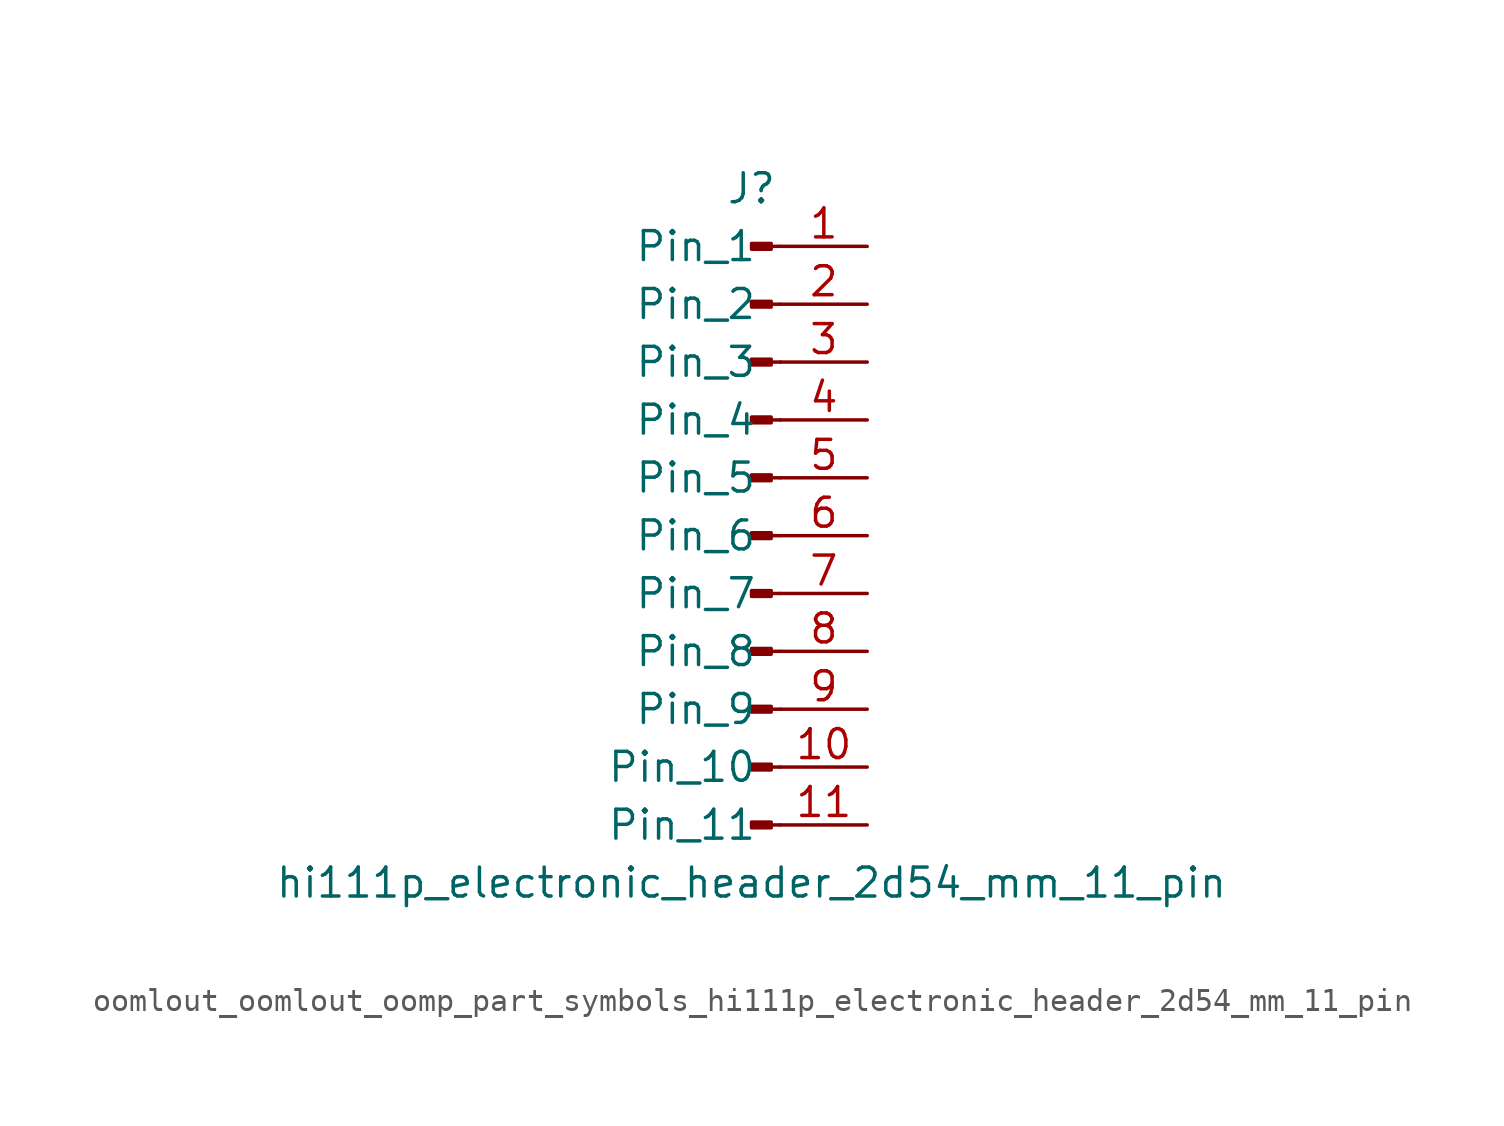
<source format=kicad_sym>
(kicad_symbol_lib
  (version 20220914)
  (generator kicad_symbol_editor)
  (symbol "oomlout_oomlout_oomp_part_symbols_hi111p_electronic_header_2d54_mm_11_pin"
    (pin_names
      (offset 1.016))
    (property "Reference" "J"
      (at 0 15.24 0)
      (effects (font (size 1.27 1.27))))
    (property "Value" "hi111p_electronic_header_2d54_mm_11_pin"
      (at 0 -15.24 0)
      (effects (font (size 1.27 1.27))))
    (property "ki_locked" ""
      (at 0 0 0)
      (effects (font (size 1.27 1.27))))
    (symbol "oomlout_oomlout_oomp_part_symbols_hi111p_electronic_header_2d54_mm_11_pin_1_1"
      (polyline (pts (xy 1.27 -12.7) (xy 0.864 -12.7)) (stroke (width 0.152) (type default)) (fill (type none)))
      (polyline (pts (xy 1.27 -10.16) (xy 0.864 -10.16)) (stroke (width 0.152) (type default)) (fill (type none)))
      (polyline (pts (xy 1.27 -7.62) (xy 0.864 -7.62)) (stroke (width 0.152) (type default)) (fill (type none)))
      (polyline (pts (xy 1.27 -5.08) (xy 0.864 -5.08)) (stroke (width 0.152) (type default)) (fill (type none)))
      (polyline (pts (xy 1.27 -2.54) (xy 0.864 -2.54)) (stroke (width 0.152) (type default)) (fill (type none)))
      (polyline (pts (xy 1.27 0) (xy 0.864 0)) (stroke (width 0.152) (type default)) (fill (type none)))
      (polyline (pts (xy 1.27 2.54) (xy 0.864 2.54)) (stroke (width 0.152) (type default)) (fill (type none)))
      (polyline (pts (xy 1.27 5.08) (xy 0.864 5.08)) (stroke (width 0.152) (type default)) (fill (type none)))
      (polyline (pts (xy 1.27 7.62) (xy 0.864 7.62)) (stroke (width 0.152) (type default)) (fill (type none)))
      (polyline (pts (xy 1.27 10.16) (xy 0.864 10.16)) (stroke (width 0.152) (type default)) (fill (type none)))
      (polyline (pts (xy 1.27 12.7) (xy 0.864 12.7)) (stroke (width 0.152) (type default)) (fill (type none)))
      (rectangle (start 0.864 -12.573) (end 0 -12.827) (stroke (width 0.152) (type default)) (fill (type outline)))
      (rectangle (start 0.864 -10.033) (end 0 -10.287) (stroke (width 0.152) (type default)) (fill (type outline)))
      (rectangle (start 0.864 -7.493) (end 0 -7.747) (stroke (width 0.152) (type default)) (fill (type outline)))
      (rectangle (start 0.864 -4.953) (end 0 -5.207) (stroke (width 0.152) (type default)) (fill (type outline)))
      (rectangle (start 0.864 -2.413) (end 0 -2.667) (stroke (width 0.152) (type default)) (fill (type outline)))
      (rectangle (start 0.864 0.127) (end 0 -0.127) (stroke (width 0.152) (type default)) (fill (type outline)))
      (rectangle (start 0.864 2.667) (end 0 2.413) (stroke (width 0.152) (type default)) (fill (type outline)))
      (rectangle (start 0.864 5.207) (end 0 4.953) (stroke (width 0.152) (type default)) (fill (type outline)))
      (rectangle (start 0.864 7.747) (end 0 7.493) (stroke (width 0.152) (type default)) (fill (type outline)))
      (rectangle (start 0.864 10.287) (end 0 10.033) (stroke (width 0.152) (type default)) (fill (type outline)))
      (rectangle (start 0.864 12.827) (end 0 12.573) (stroke (width 0.152) (type default)) (fill (type outline)))
      (pin passive line (at 5.08 12.7 180) (length 3.81) (name "Pin_1" (effects (font (size 1.27 1.27)))) (number "1" (effects (font (size 1.27 1.27)))))
      (pin passive line (at 5.08 -10.16 180) (length 3.81) (name "Pin_10" (effects (font (size 1.27 1.27)))) (number "10" (effects (font (size 1.27 1.27)))))
      (pin passive line (at 5.08 -12.7 180) (length 3.81) (name "Pin_11" (effects (font (size 1.27 1.27)))) (number "11" (effects (font (size 1.27 1.27)))))
      (pin passive line (at 5.08 10.16 180) (length 3.81) (name "Pin_2" (effects (font (size 1.27 1.27)))) (number "2" (effects (font (size 1.27 1.27)))))
      (pin passive line (at 5.08 7.62 180) (length 3.81) (name "Pin_3" (effects (font (size 1.27 1.27)))) (number "3" (effects (font (size 1.27 1.27)))))
      (pin passive line (at 5.08 5.08 180) (length 3.81) (name "Pin_4" (effects (font (size 1.27 1.27)))) (number "4" (effects (font (size 1.27 1.27)))))
      (pin passive line (at 5.08 2.54 180) (length 3.81) (name "Pin_5" (effects (font (size 1.27 1.27)))) (number "5" (effects (font (size 1.27 1.27)))))
      (pin passive line (at 5.08 0 180) (length 3.81) (name "Pin_6" (effects (font (size 1.27 1.27)))) (number "6" (effects (font (size 1.27 1.27)))))
      (pin passive line (at 5.08 -2.54 180) (length 3.81) (name "Pin_7" (effects (font (size 1.27 1.27)))) (number "7" (effects (font (size 1.27 1.27)))))
      (pin passive line (at 5.08 -5.08 180) (length 3.81) (name "Pin_8" (effects (font (size 1.27 1.27)))) (number "8" (effects (font (size 1.27 1.27)))))
      (pin passive line (at 5.08 -7.62 180) (length 3.81) (name "Pin_9" (effects (font (size 1.27 1.27)))) (number "9" (effects (font (size 1.27 1.27))))))))
</source>
